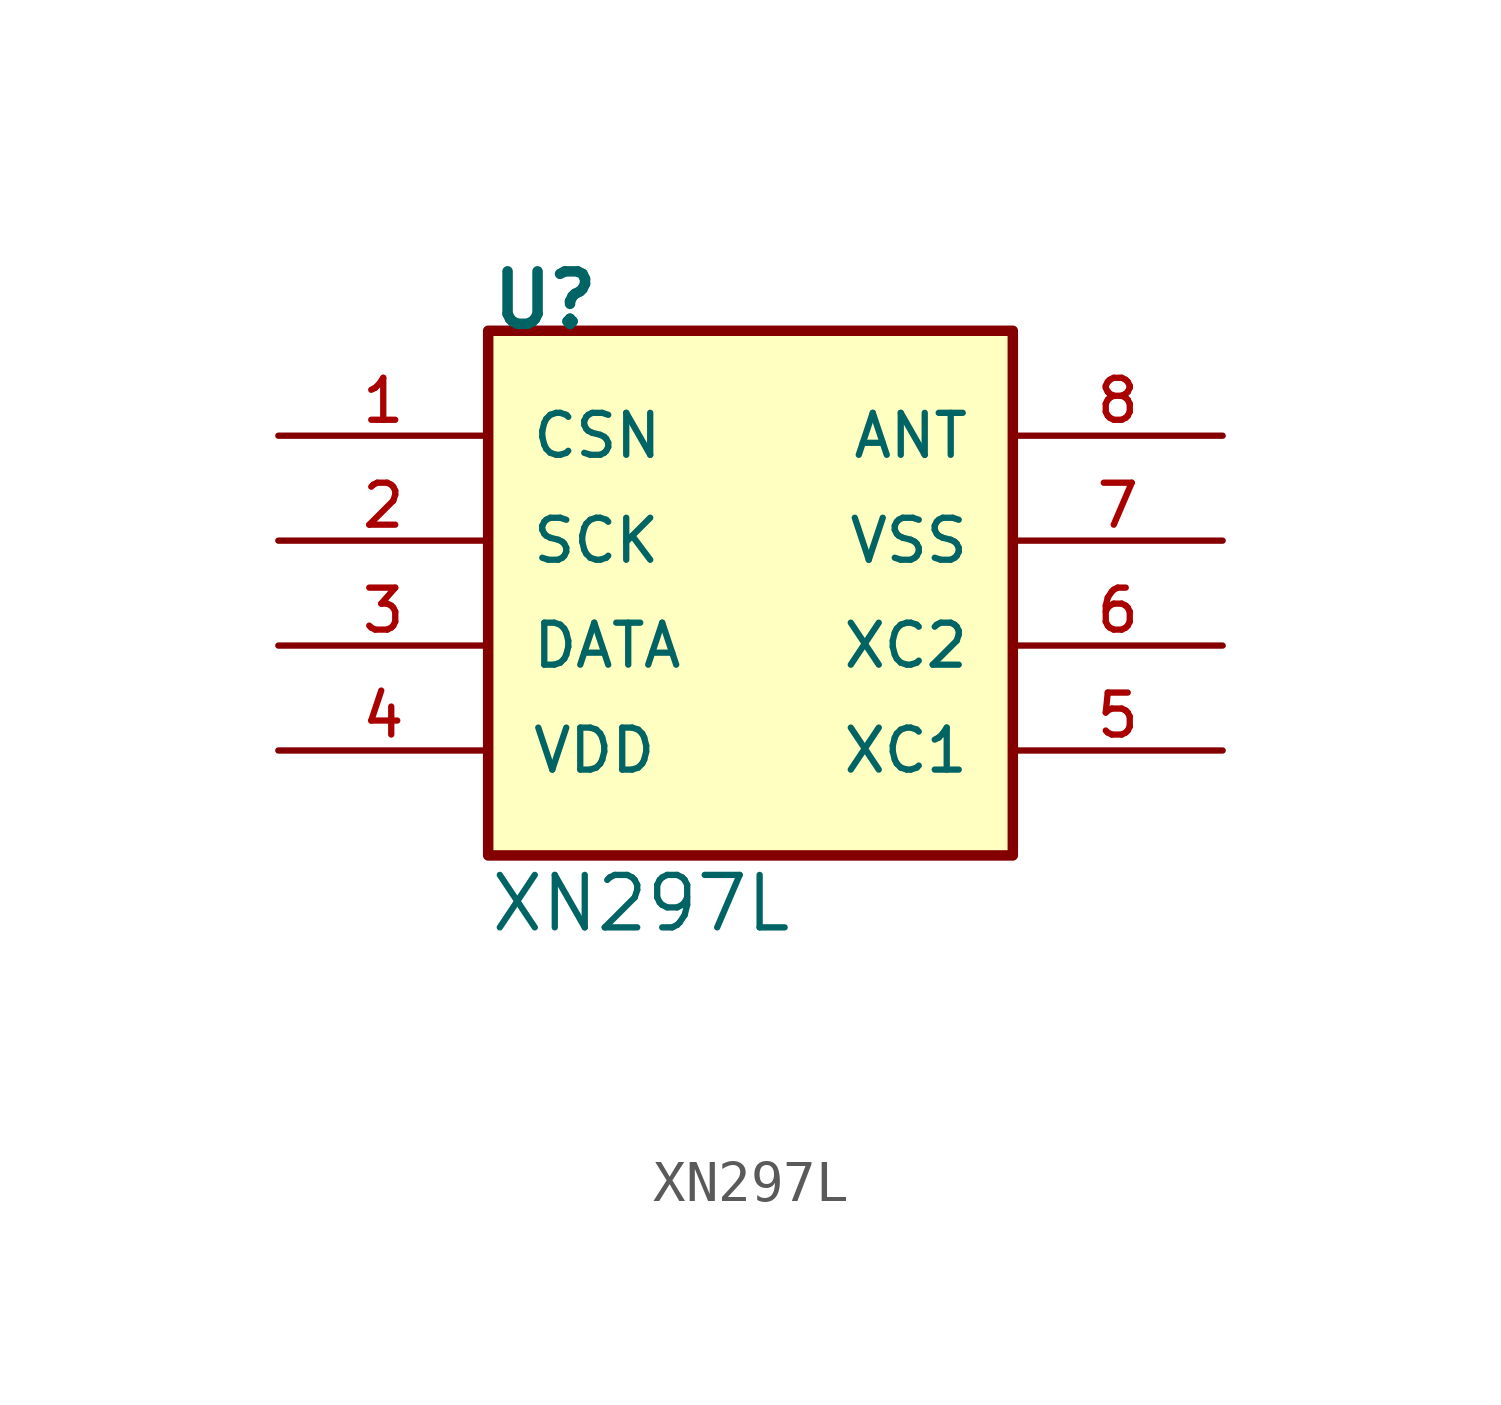
<source format=kicad_sym>
(kicad_symbol_lib
  (version 20220914)
  (generator kicad_symbol_editor)
  (symbol "XN297L"
    (pin_names
      (offset 1.016))
    (property "Reference" "U"
      (at -6.35 10.16 0)
      (effects (font (size 1.27 1.27) bold) (justify left bottom)))
    (property "Value" "XN297L"
      (at -6.35 -4.445 0)
      (effects (font (size 1.27 1.27)) (justify left bottom)))
    (symbol "XN297L_0_0"
      (rectangle (start -6.35 10.16) (end 6.35 -2.54) (stroke (width 0.254) (type default)) (fill (type background))))
    (symbol "XN297L_1_0"
      (pin input line (at -11.43 7.62 0) (length 5.08) (name "CSN" (effects (font (size 1.016 1.016)))) (number "1" (effects (font (size 1.016 1.016)))))
      (pin bidirectional line (at -11.43 5.08 0) (length 5.08) (name "SCK" (effects (font (size 1.016 1.016)))) (number "2" (effects (font (size 1.016 1.016)))))
      (pin power_in line (at -11.43 2.54 0) (length 5.08) (name "DATA" (effects (font (size 1.016 1.016)))) (number "3" (effects (font (size 1.016 1.016)))))
      (pin power_in line (at -11.43 0 0) (length 5.08) (name "VDD" (effects (font (size 1.016 1.016)))) (number "4" (effects (font (size 1.016 1.016)))))
      (pin passive line (at 11.43 0 180) (length 5.08) (name "XC1" (effects (font (size 1.016 1.016)))) (number "5" (effects (font (size 1.016 1.016)))))
      (pin output line (at 11.43 2.54 180) (length 5.08) (name "XC2" (effects (font (size 1.016 1.016)))) (number "6" (effects (font (size 1.016 1.016)))))
      (pin output line (at 11.43 5.08 180) (length 5.08) (name "VSS" (effects (font (size 1.016 1.016)))) (number "7" (effects (font (size 1.016 1.016)))))
      (pin input line (at 11.43 7.62 180) (length 5.08) (name "ANT" (effects (font (size 1.016 1.016)))) (number "8" (effects (font (size 1.016 1.016)))))
      (pin no_connect line (at 0 -7.62 90) (length 5.08) hide (name "EP" (effects (font (size 1.016 1.016)))) (number "9" (effects (font (size 1.016 1.016))))))))
</source>
